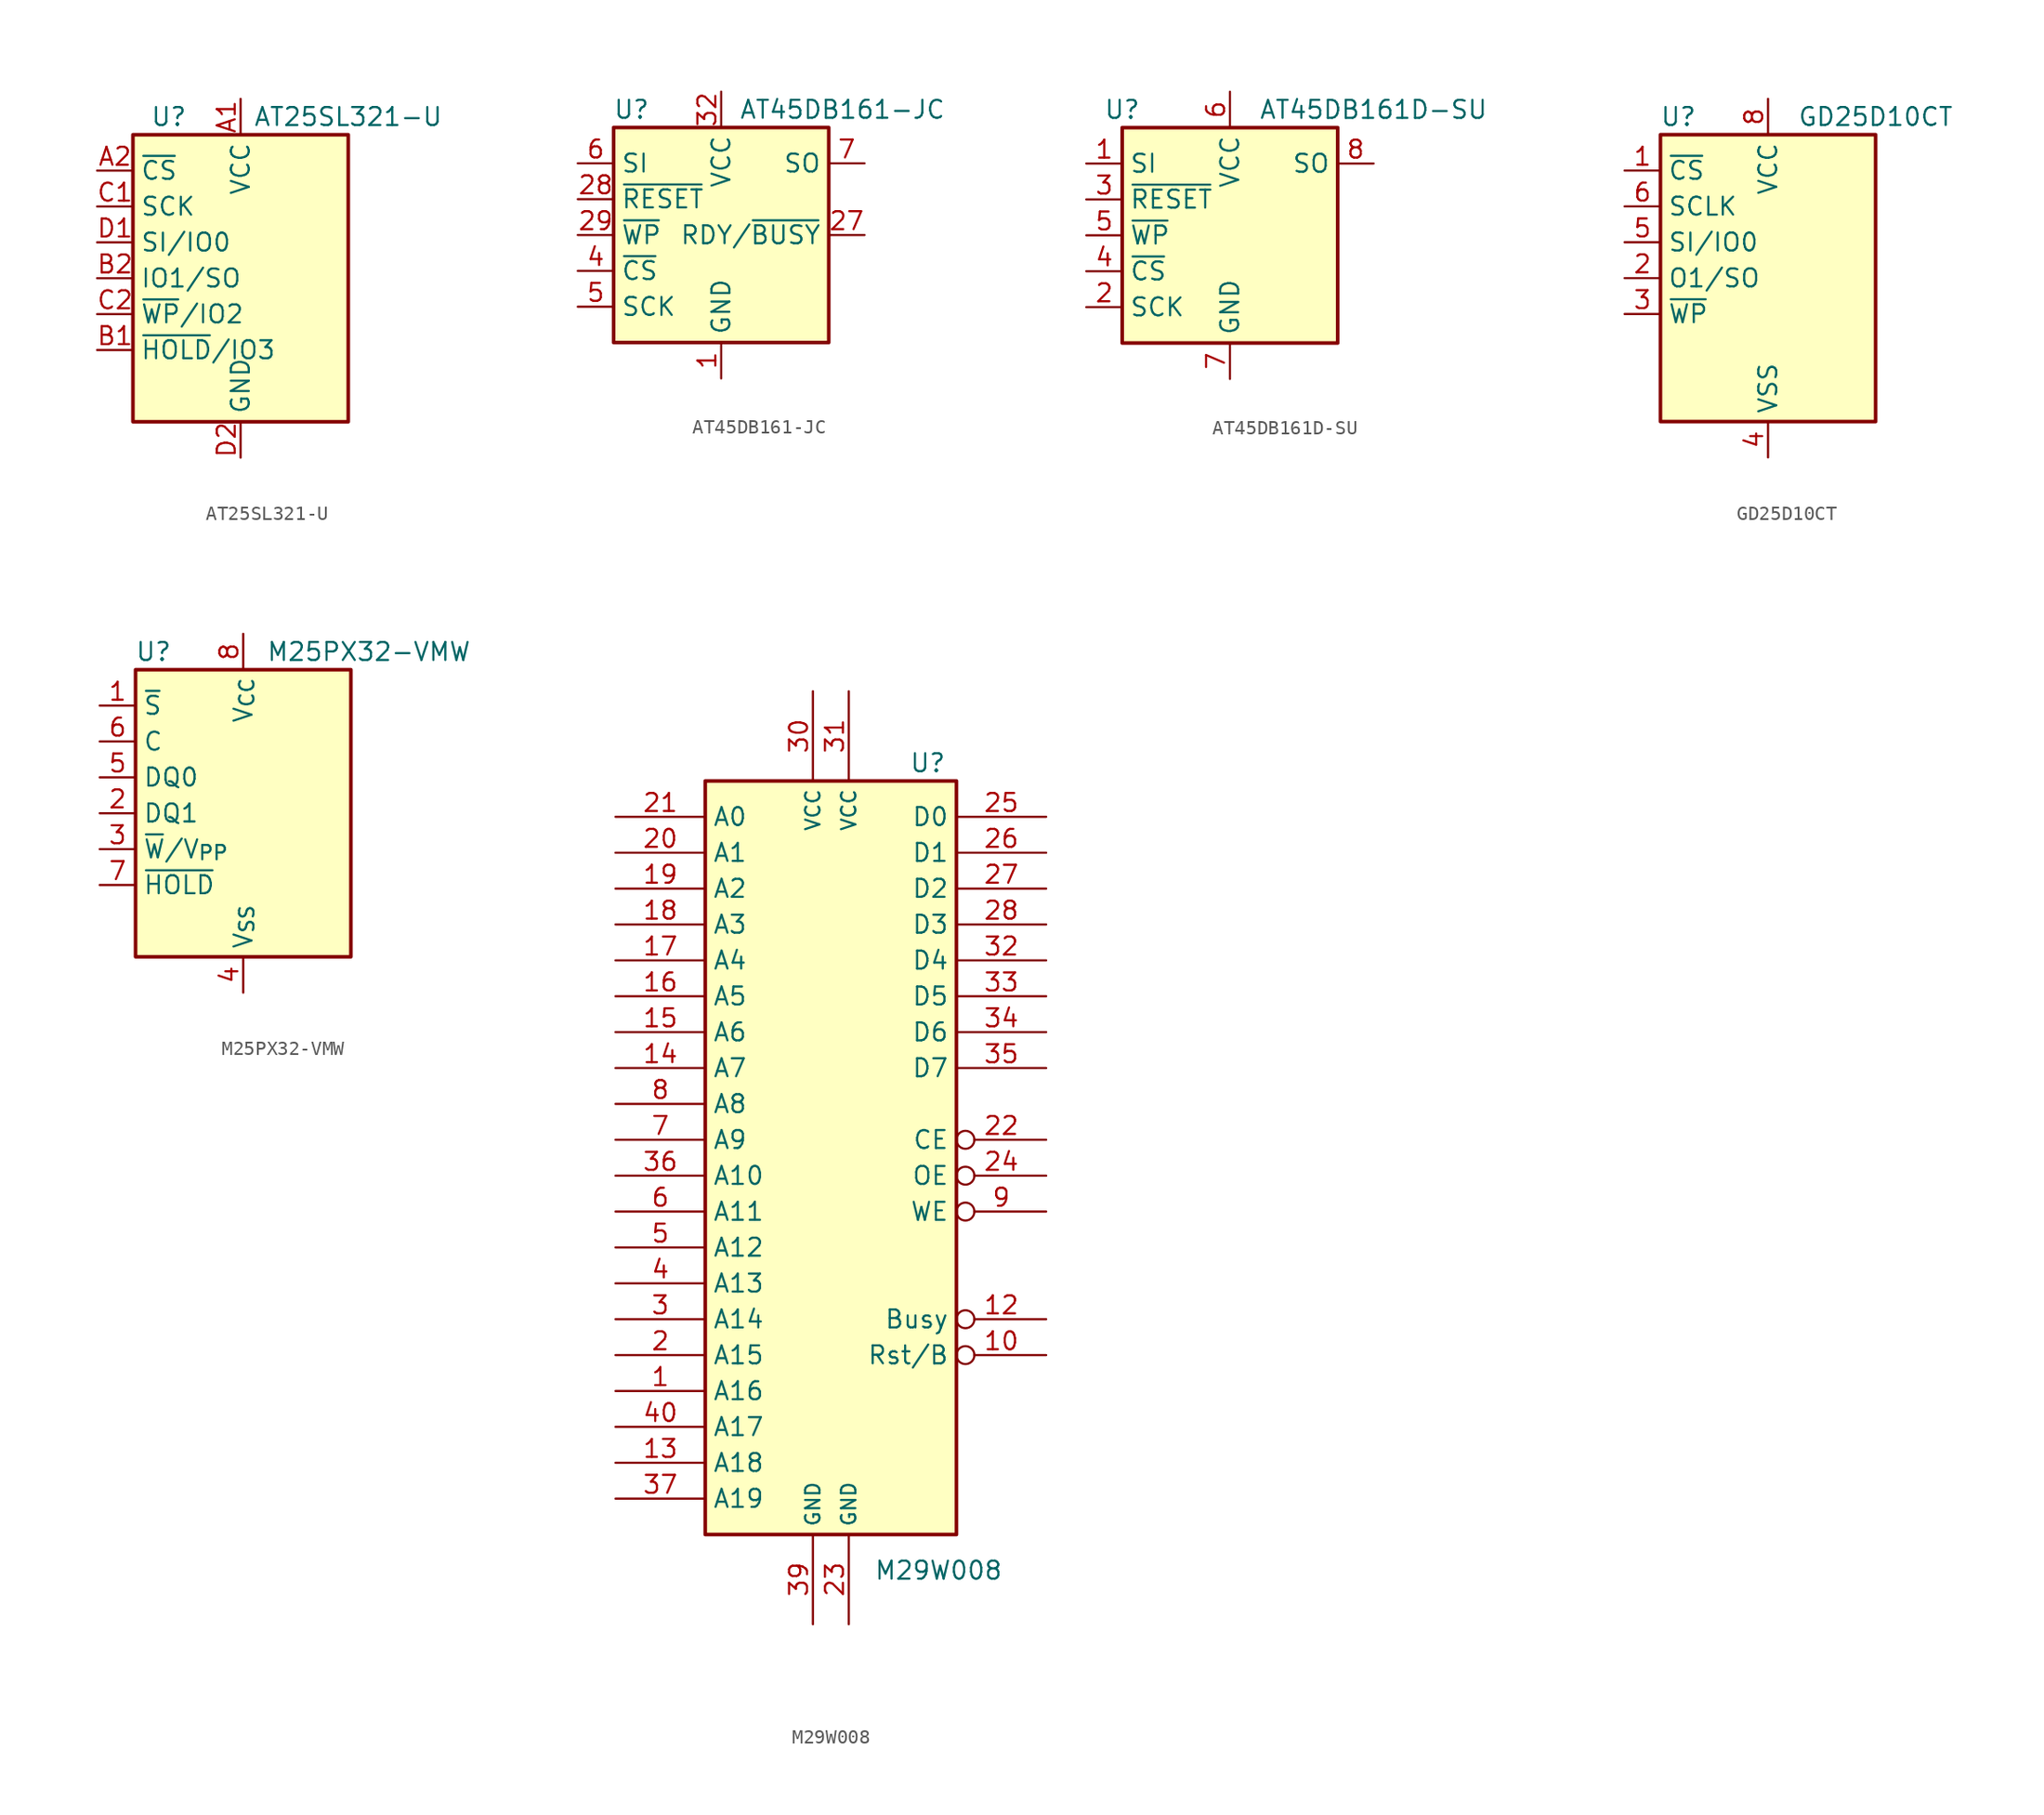
<source format=kicad_sym>
(kicad_symbol_lib
  (version 20220914)
  (generator kicad_symbol_editor)
  (symbol "AT25SL321-U"
    (property "Reference" "U"
      (at -5.08 11.43 0)
      (effects (font (size 1.27 1.27))))
    (property "Value" "AT25SL321-U"
      (at 7.62 11.43 0)
      (effects (font (size 1.27 1.27))))
    (symbol "AT25SL321-U_0_1"
      (rectangle (start -7.62 10.16) (end 7.62 -10.16) (stroke (width 0.254) (type default)) (fill (type background))))
    (symbol "AT25SL321-U_1_1"
      (pin power_in line (at 0 12.7 270) (length 2.54) (name "VCC" (effects (font (size 1.27 1.27)))) (number "A1" (effects (font (size 1.27 1.27)))))
      (pin input line (at -10.16 7.62 0) (length 2.54) (name "~{CS}" (effects (font (size 1.27 1.27)))) (number "A2" (effects (font (size 1.27 1.27)))))
      (pin bidirectional line (at -10.16 -5.08 0) (length 2.54) (name "~{HOLD}/IO3" (effects (font (size 1.27 1.27)))) (number "B1" (effects (font (size 1.27 1.27)))))
      (pin bidirectional line (at -10.16 0 0) (length 2.54) (name "IO1/SO" (effects (font (size 1.27 1.27)))) (number "B2" (effects (font (size 1.27 1.27)))))
      (pin input line (at -10.16 5.08 0) (length 2.54) (name "SCK" (effects (font (size 1.27 1.27)))) (number "C1" (effects (font (size 1.27 1.27)))))
      (pin bidirectional line (at -10.16 -2.54 0) (length 2.54) (name "~{WP}/IO2" (effects (font (size 1.27 1.27)))) (number "C2" (effects (font (size 1.27 1.27)))))
      (pin bidirectional line (at -10.16 2.54 0) (length 2.54) (name "SI/IO0" (effects (font (size 1.27 1.27)))) (number "D1" (effects (font (size 1.27 1.27)))))
      (pin power_in line (at 0 -12.7 90) (length 2.54) (name "GND" (effects (font (size 1.27 1.27)))) (number "D2" (effects (font (size 1.27 1.27)))))))
  (symbol "AT45DB161-JC"
    (property "Reference" "U"
      (at -6.35 8.89 0)
      (effects (font (size 1.27 1.27))))
    (property "Value" "AT45DB161-JC"
      (at 1.27 8.89 0)
      (effects (font (size 1.27 1.27)) (justify left)))
    (symbol "AT45DB161-JC_0_1"
      (rectangle (start -7.62 7.62) (end 7.62 -7.62) (stroke (width 0.254) (type default)) (fill (type background))))
    (symbol "AT45DB161-JC_1_1"
      (pin power_in line (at 0 -10.16 90) (length 2.54) (name "GND" (effects (font (size 1.27 1.27)))) (number "1" (effects (font (size 1.27 1.27)))))
      (pin output line (at 10.16 0 180) (length 2.54) (name "RDY/~{BUSY}" (effects (font (size 1.27 1.27)))) (number "27" (effects (font (size 1.27 1.27)))))
      (pin input line (at -10.16 2.54 0) (length 2.54) (name "~{RESET}" (effects (font (size 1.27 1.27)))) (number "28" (effects (font (size 1.27 1.27)))))
      (pin input line (at -10.16 0 0) (length 2.54) (name "~{WP}" (effects (font (size 1.27 1.27)))) (number "29" (effects (font (size 1.27 1.27)))))
      (pin power_in line (at 0 10.16 270) (length 2.54) (name "VCC" (effects (font (size 1.27 1.27)))) (number "32" (effects (font (size 1.27 1.27)))))
      (pin input line (at -10.16 -2.54 0) (length 2.54) (name "~{CS}" (effects (font (size 1.27 1.27)))) (number "4" (effects (font (size 1.27 1.27)))))
      (pin input line (at -10.16 -5.08 0) (length 2.54) (name "SCK" (effects (font (size 1.27 1.27)))) (number "5" (effects (font (size 1.27 1.27)))))
      (pin input line (at -10.16 5.08 0) (length 2.54) (name "SI" (effects (font (size 1.27 1.27)))) (number "6" (effects (font (size 1.27 1.27)))))
      (pin output line (at 10.16 5.08 180) (length 2.54) (name "SO" (effects (font (size 1.27 1.27)))) (number "7" (effects (font (size 1.27 1.27)))))))
  (symbol "AT45DB161D-SU"
    (property "Reference" "U"
      (at -7.62 8.89 0)
      (effects (font (size 1.27 1.27))))
    (property "Value" "AT45DB161D-SU"
      (at 10.16 8.89 0)
      (effects (font (size 1.27 1.27))))
    (symbol "AT45DB161D-SU_1_1"
      (rectangle (start -7.62 7.62) (end 7.62 -7.62) (stroke (width 0.254) (type default)) (fill (type background)))
      (pin input line (at -10.16 5.08 0) (length 2.54) (name "SI" (effects (font (size 1.27 1.27)))) (number "1" (effects (font (size 1.27 1.27)))))
      (pin input line (at -10.16 -5.08 0) (length 2.54) (name "SCK" (effects (font (size 1.27 1.27)))) (number "2" (effects (font (size 1.27 1.27)))))
      (pin bidirectional line (at -10.16 2.54 0) (length 2.54) (name "~{RESET}" (effects (font (size 1.27 1.27)))) (number "3" (effects (font (size 1.27 1.27)))))
      (pin input line (at -10.16 -2.54 0) (length 2.54) (name "~{CS}" (effects (font (size 1.27 1.27)))) (number "4" (effects (font (size 1.27 1.27)))))
      (pin input line (at -10.16 0 0) (length 2.54) (name "~{WP}" (effects (font (size 1.27 1.27)))) (number "5" (effects (font (size 1.27 1.27)))))
      (pin power_in line (at 0 10.16 270) (length 2.54) (name "VCC" (effects (font (size 1.27 1.27)))) (number "6" (effects (font (size 1.27 1.27)))))
      (pin power_in line (at 0 -10.16 90) (length 2.54) (name "GND" (effects (font (size 1.27 1.27)))) (number "7" (effects (font (size 1.27 1.27)))))
      (pin output line (at 10.16 5.08 180) (length 2.54) (name "SO" (effects (font (size 1.27 1.27)))) (number "8" (effects (font (size 1.27 1.27)))))))
  (symbol "GD25D10CT"
    (property "Reference" "U"
      (at -6.35 11.43 0)
      (effects (font (size 1.27 1.27))))
    (property "Value" "GD25D10CT"
      (at 7.62 11.43 0)
      (effects (font (size 1.27 1.27))))
    (symbol "GD25D10CT_0_1"
      (rectangle (start -7.62 10.16) (end 7.62 -10.16) (stroke (width 0.254) (type default)) (fill (type background))))
    (symbol "GD25D10CT_1_1"
      (pin input line (at -10.16 7.62 0) (length 2.54) (name "~{CS}" (effects (font (size 1.27 1.27)))) (number "1" (effects (font (size 1.27 1.27)))))
      (pin output line (at -10.16 0 0) (length 2.54) (name "O1/SO" (effects (font (size 1.27 1.27)))) (number "2" (effects (font (size 1.27 1.27)))))
      (pin input line (at -10.16 -2.54 0) (length 2.54) (name "~{WP}" (effects (font (size 1.27 1.27)))) (number "3" (effects (font (size 1.27 1.27)))))
      (pin power_in line (at 0 -12.7 90) (length 2.54) (name "VSS" (effects (font (size 1.27 1.27)))) (number "4" (effects (font (size 1.27 1.27)))))
      (pin bidirectional line (at -10.16 2.54 0) (length 2.54) (name "SI/IO0" (effects (font (size 1.27 1.27)))) (number "5" (effects (font (size 1.27 1.27)))))
      (pin input line (at -10.16 5.08 0) (length 2.54) (name "SCLK" (effects (font (size 1.27 1.27)))) (number "6" (effects (font (size 1.27 1.27)))))
      (pin no_connect line (at -7.62 -5.08 0) (length 2.54) hide (name "NC" (effects (font (size 1.27 1.27)))) (number "7" (effects (font (size 1.27 1.27)))))
      (pin power_in line (at 0 12.7 270) (length 2.54) (name "VCC" (effects (font (size 1.27 1.27)))) (number "8" (effects (font (size 1.27 1.27)))))))
  (symbol "M25PX32-VMW"
    (property "Reference" "U"
      (at -6.35 11.43 0)
      (effects (font (size 1.27 1.27))))
    (property "Value" "M25PX32-VMW"
      (at 8.89 11.43 0)
      (effects (font (size 1.27 1.27))))
    (symbol "M25PX32-VMW_0_1"
      (rectangle (start -7.62 10.16) (end 7.62 -10.16) (stroke (width 0.254) (type default)) (fill (type background))))
    (symbol "M25PX32-VMW_1_1"
      (pin input line (at -10.16 7.62 0) (length 2.54) (name "~{S}" (effects (font (size 1.27 1.27)))) (number "1" (effects (font (size 1.27 1.27)))))
      (pin bidirectional line (at -10.16 0 0) (length 2.54) (name "DQ1" (effects (font (size 1.27 1.27)))) (number "2" (effects (font (size 1.27 1.27)))))
      (pin input line (at -10.16 -2.54 0) (length 2.54) (name "~{W}/V_{PP}" (effects (font (size 1.27 1.27)))) (number "3" (effects (font (size 1.27 1.27)))))
      (pin power_in line (at 0 -12.7 90) (length 2.54) (name "V_{SS}" (effects (font (size 1.27 1.27)))) (number "4" (effects (font (size 1.27 1.27)))))
      (pin bidirectional line (at -10.16 2.54 0) (length 2.54) (name "DQ0" (effects (font (size 1.27 1.27)))) (number "5" (effects (font (size 1.27 1.27)))))
      (pin input line (at -10.16 5.08 0) (length 2.54) (name "C" (effects (font (size 1.27 1.27)))) (number "6" (effects (font (size 1.27 1.27)))))
      (pin input line (at -10.16 -5.08 0) (length 2.54) (name "~{HOLD}" (effects (font (size 1.27 1.27)))) (number "7" (effects (font (size 1.27 1.27)))))
      (pin power_in line (at 0 12.7 270) (length 2.54) (name "V_{CC}" (effects (font (size 1.27 1.27)))) (number "8" (effects (font (size 1.27 1.27)))))))
  (symbol "M29W008"
    (property "Reference" "U"
      (at 6.858 27.94 0)
      (effects (font (size 1.27 1.27))))
    (property "Value" "M29W008"
      (at 7.62 -29.21 0)
      (effects (font (size 1.27 1.27))))
    (symbol "M29W008_0_1"
      (rectangle (start -8.89 26.67) (end 8.89 -26.67) (stroke (width 0.254) (type default)) (fill (type background))))
    (symbol "M29W008_1_1"
      (pin input line (at -15.24 -16.51 0) (length 6.35) (name "A16" (effects (font (size 1.27 1.27)))) (number "1" (effects (font (size 1.27 1.27)))))
      (pin input inverted (at 15.24 -13.97 180) (length 6.35) (name "Rst/B" (effects (font (size 1.27 1.27)))) (number "10" (effects (font (size 1.27 1.27)))))
      (pin output inverted (at 15.24 -11.43 180) (length 6.35) (name "Busy" (effects (font (size 1.27 1.27)))) (number "12" (effects (font (size 1.27 1.27)))))
      (pin input line (at -15.24 -21.59 0) (length 6.35) (name "A18" (effects (font (size 1.27 1.27)))) (number "13" (effects (font (size 1.27 1.27)))))
      (pin input line (at -15.24 6.35 0) (length 6.35) (name "A7" (effects (font (size 1.27 1.27)))) (number "14" (effects (font (size 1.27 1.27)))))
      (pin input line (at -15.24 8.89 0) (length 6.35) (name "A6" (effects (font (size 1.27 1.27)))) (number "15" (effects (font (size 1.27 1.27)))))
      (pin input line (at -15.24 11.43 0) (length 6.35) (name "A5" (effects (font (size 1.27 1.27)))) (number "16" (effects (font (size 1.27 1.27)))))
      (pin input line (at -15.24 13.97 0) (length 6.35) (name "A4" (effects (font (size 1.27 1.27)))) (number "17" (effects (font (size 1.27 1.27)))))
      (pin input line (at -15.24 16.51 0) (length 6.35) (name "A3" (effects (font (size 1.27 1.27)))) (number "18" (effects (font (size 1.27 1.27)))))
      (pin input line (at -15.24 19.05 0) (length 6.35) (name "A2" (effects (font (size 1.27 1.27)))) (number "19" (effects (font (size 1.27 1.27)))))
      (pin input line (at -15.24 -13.97 0) (length 6.35) (name "A15" (effects (font (size 1.27 1.27)))) (number "2" (effects (font (size 1.27 1.27)))))
      (pin input line (at -15.24 21.59 0) (length 6.35) (name "A1" (effects (font (size 1.27 1.27)))) (number "20" (effects (font (size 1.27 1.27)))))
      (pin input line (at -15.24 24.13 0) (length 6.35) (name "A0" (effects (font (size 1.27 1.27)))) (number "21" (effects (font (size 1.27 1.27)))))
      (pin input inverted (at 15.24 1.27 180) (length 6.35) (name "CE" (effects (font (size 1.27 1.27)))) (number "22" (effects (font (size 1.27 1.27)))))
      (pin power_in line (at 1.27 -33.02 90) (length 6.35) (name "GND" (effects (font (size 1.016 1.016)))) (number "23" (effects (font (size 1.27 1.27)))))
      (pin input inverted (at 15.24 -1.27 180) (length 6.35) (name "OE" (effects (font (size 1.27 1.27)))) (number "24" (effects (font (size 1.27 1.27)))))
      (pin tri_state line (at 15.24 24.13 180) (length 6.35) (name "D0" (effects (font (size 1.27 1.27)))) (number "25" (effects (font (size 1.27 1.27)))))
      (pin tri_state line (at 15.24 21.59 180) (length 6.35) (name "D1" (effects (font (size 1.27 1.27)))) (number "26" (effects (font (size 1.27 1.27)))))
      (pin tri_state line (at 15.24 19.05 180) (length 6.35) (name "D2" (effects (font (size 1.27 1.27)))) (number "27" (effects (font (size 1.27 1.27)))))
      (pin tri_state line (at 15.24 16.51 180) (length 6.35) (name "D3" (effects (font (size 1.27 1.27)))) (number "28" (effects (font (size 1.27 1.27)))))
      (pin input line (at -15.24 -11.43 0) (length 6.35) (name "A14" (effects (font (size 1.27 1.27)))) (number "3" (effects (font (size 1.27 1.27)))))
      (pin power_in line (at -1.27 33.02 270) (length 6.35) (name "VCC" (effects (font (size 1.016 1.016)))) (number "30" (effects (font (size 1.27 1.27)))))
      (pin power_in line (at 1.27 33.02 270) (length 6.35) (name "VCC" (effects (font (size 1.016 1.016)))) (number "31" (effects (font (size 1.27 1.27)))))
      (pin tri_state line (at 15.24 13.97 180) (length 6.35) (name "D4" (effects (font (size 1.27 1.27)))) (number "32" (effects (font (size 1.27 1.27)))))
      (pin tri_state line (at 15.24 11.43 180) (length 6.35) (name "D5" (effects (font (size 1.27 1.27)))) (number "33" (effects (font (size 1.27 1.27)))))
      (pin tri_state line (at 15.24 8.89 180) (length 6.35) (name "D6" (effects (font (size 1.27 1.27)))) (number "34" (effects (font (size 1.27 1.27)))))
      (pin tri_state line (at 15.24 6.35 180) (length 6.35) (name "D7" (effects (font (size 1.27 1.27)))) (number "35" (effects (font (size 1.27 1.27)))))
      (pin input line (at -15.24 -1.27 0) (length 6.35) (name "A10" (effects (font (size 1.27 1.27)))) (number "36" (effects (font (size 1.27 1.27)))))
      (pin input line (at -15.24 -24.13 0) (length 6.35) (name "A19" (effects (font (size 1.27 1.27)))) (number "37" (effects (font (size 1.27 1.27)))))
      (pin power_in line (at -1.27 -33.02 90) (length 6.35) (name "GND" (effects (font (size 1.016 1.016)))) (number "39" (effects (font (size 1.27 1.27)))))
      (pin input line (at -15.24 -8.89 0) (length 6.35) (name "A13" (effects (font (size 1.27 1.27)))) (number "4" (effects (font (size 1.27 1.27)))))
      (pin input line (at -15.24 -19.05 0) (length 6.35) (name "A17" (effects (font (size 1.27 1.27)))) (number "40" (effects (font (size 1.27 1.27)))))
      (pin input line (at -15.24 -6.35 0) (length 6.35) (name "A12" (effects (font (size 1.27 1.27)))) (number "5" (effects (font (size 1.27 1.27)))))
      (pin input line (at -15.24 -3.81 0) (length 6.35) (name "A11" (effects (font (size 1.27 1.27)))) (number "6" (effects (font (size 1.27 1.27)))))
      (pin input line (at -15.24 1.27 0) (length 6.35) (name "A9" (effects (font (size 1.27 1.27)))) (number "7" (effects (font (size 1.27 1.27)))))
      (pin input line (at -15.24 3.81 0) (length 6.35) (name "A8" (effects (font (size 1.27 1.27)))) (number "8" (effects (font (size 1.27 1.27)))))
      (pin input inverted (at 15.24 -3.81 180) (length 6.35) (name "WE" (effects (font (size 1.27 1.27)))) (number "9" (effects (font (size 1.27 1.27))))))))
</source>
